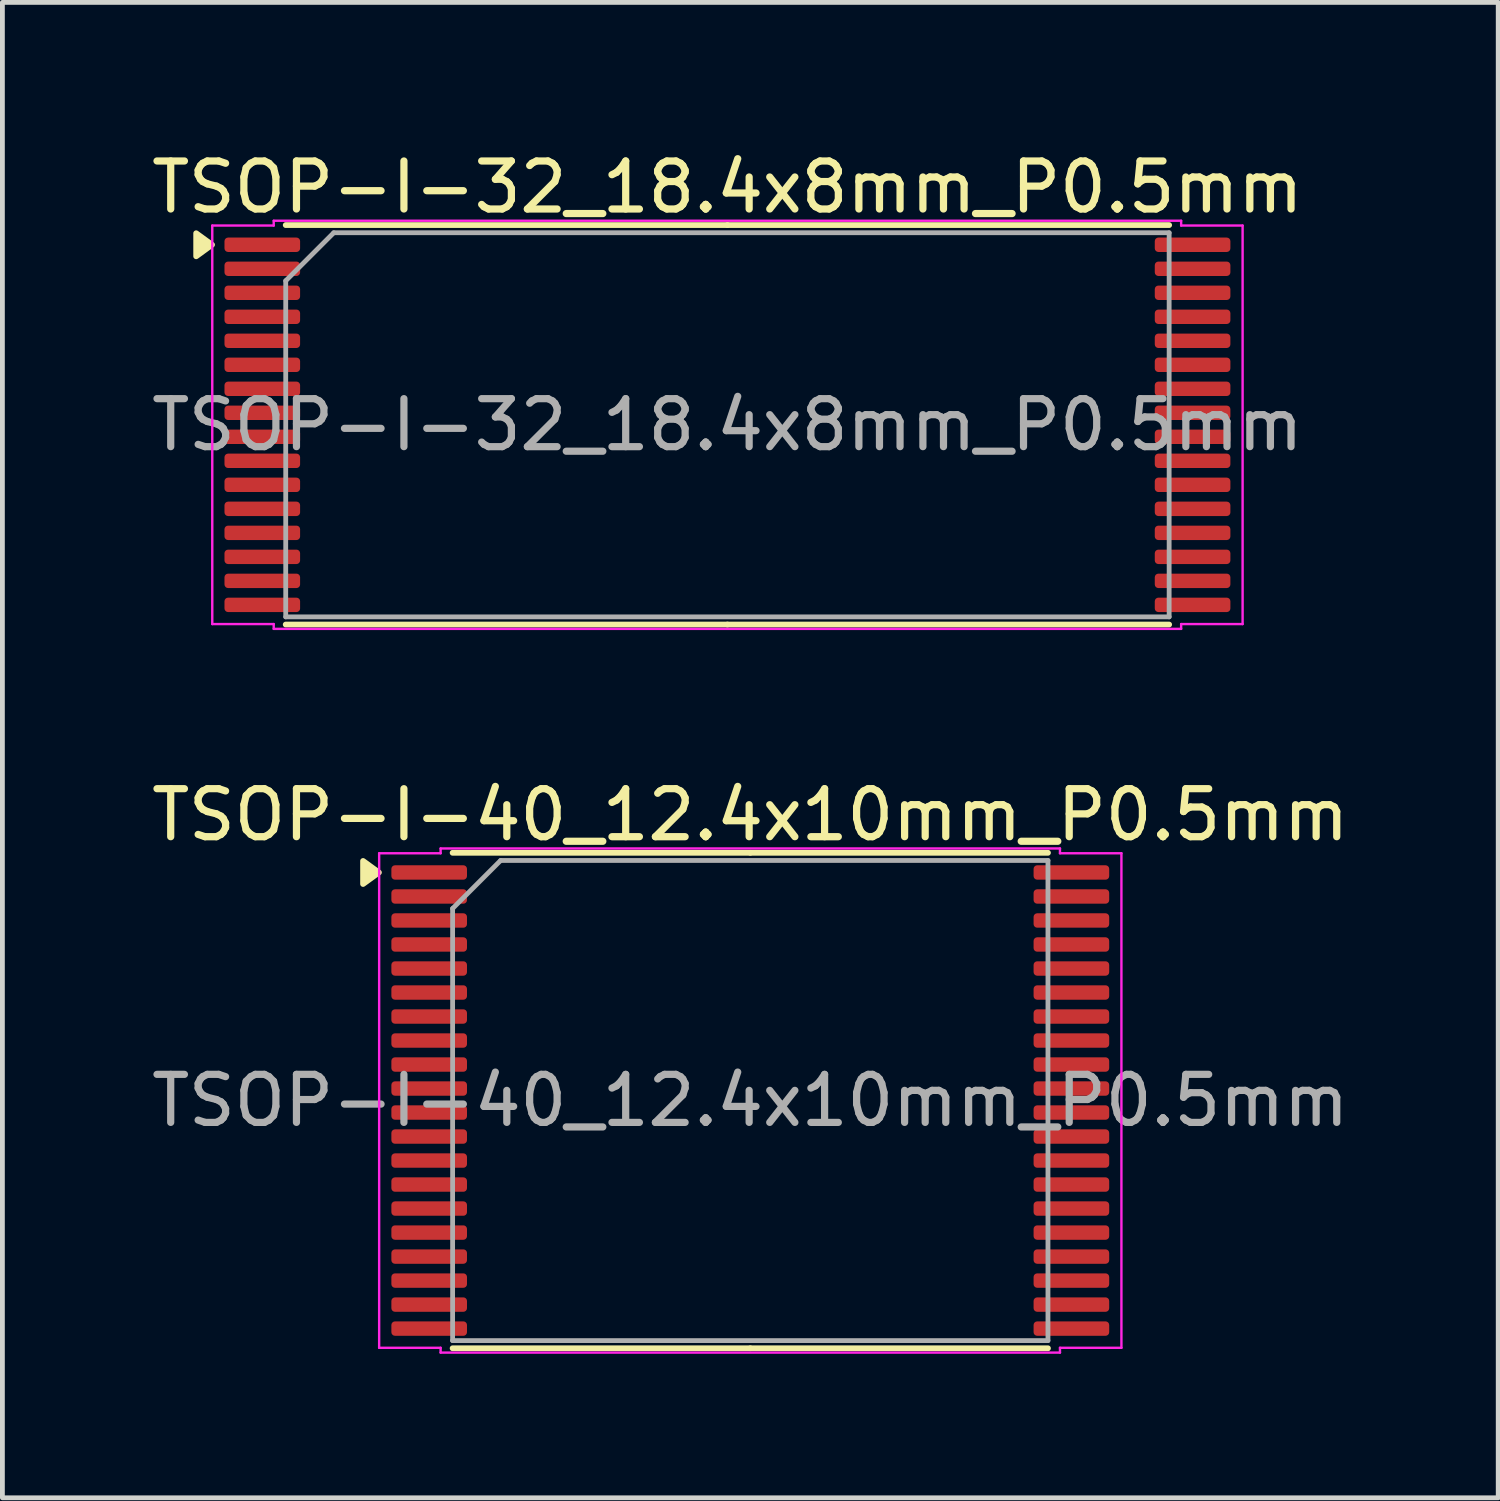
<source format=kicad_pcb>
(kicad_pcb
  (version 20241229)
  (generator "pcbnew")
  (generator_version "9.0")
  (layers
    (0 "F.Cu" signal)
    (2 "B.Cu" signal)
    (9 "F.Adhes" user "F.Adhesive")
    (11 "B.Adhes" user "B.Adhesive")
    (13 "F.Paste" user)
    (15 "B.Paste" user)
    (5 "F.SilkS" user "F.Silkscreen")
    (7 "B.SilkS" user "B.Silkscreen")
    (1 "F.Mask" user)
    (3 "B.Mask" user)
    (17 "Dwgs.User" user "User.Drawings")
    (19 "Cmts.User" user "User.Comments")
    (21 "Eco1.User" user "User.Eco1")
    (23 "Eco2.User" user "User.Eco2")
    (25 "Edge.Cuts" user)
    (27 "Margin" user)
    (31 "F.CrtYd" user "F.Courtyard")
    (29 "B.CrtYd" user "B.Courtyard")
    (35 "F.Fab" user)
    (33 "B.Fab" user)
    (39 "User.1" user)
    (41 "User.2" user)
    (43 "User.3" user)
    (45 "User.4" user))
  (footprint "TSOP-I-40_12.4x10mm_P0.5mm"
    (layer "F.Cu")
    (at 12.577 19.872)
    (property "Reference" "TSOP-I-40_12.4x10mm_P0.5mm" (at 0 -5.95 0) (layer "F.SilkS") (effects (font (size 1 1) (thickness 0.15))))
    (attr smd)
    (fp_line (start 0 -5.16) (end -6.2 -5.16) (stroke (width 0.12) (type solid)) (layer "F.SilkS"))
    (fp_line (start 0 -5.16) (end 6.2 -5.16) (stroke (width 0.12) (type solid)) (layer "F.SilkS"))
    (fp_line (start 0 5.16) (end -6.2 5.16) (stroke (width 0.12) (type solid)) (layer "F.SilkS"))
    (fp_line (start 0 5.16) (end 6.2 5.16) (stroke (width 0.12) (type solid)) (layer "F.SilkS"))
    (fp_poly (pts (xy -7.735 -4.75) (xy -8.065 -4.51) (xy -8.065 -4.99)) (stroke (width 0.12) (type solid)) (fill yes) (layer "F.SilkS"))
    (fp_line (start -7.73 -5.15) (end -6.45 -5.15) (stroke (width 0.05) (type solid)) (layer "F.CrtYd"))
    (fp_line (start -7.73 5.15) (end -7.73 -5.15) (stroke (width 0.05) (type solid)) (layer "F.CrtYd"))
    (fp_line (start -6.45 -5.25) (end 6.45 -5.25) (stroke (width 0.05) (type solid)) (layer "F.CrtYd"))
    (fp_line (start -6.45 -5.15) (end -6.45 -5.25) (stroke (width 0.05) (type solid)) (layer "F.CrtYd"))
    (fp_line (start -6.45 5.15) (end -7.73 5.15) (stroke (width 0.05) (type solid)) (layer "F.CrtYd"))
    (fp_line (start -6.45 5.25) (end -6.45 5.15) (stroke (width 0.05) (type solid)) (layer "F.CrtYd"))
    (fp_line (start 6.45 -5.25) (end 6.45 -5.15) (stroke (width 0.05) (type solid)) (layer "F.CrtYd"))
    (fp_line (start 6.45 -5.15) (end 7.73 -5.15) (stroke (width 0.05) (type solid)) (layer "F.CrtYd"))
    (fp_line (start 6.45 5.15) (end 6.45 5.25) (stroke (width 0.05) (type solid)) (layer "F.CrtYd"))
    (fp_line (start 6.45 5.25) (end -6.45 5.25) (stroke (width 0.05) (type solid)) (layer "F.CrtYd"))
    (fp_line (start 7.73 -5.15) (end 7.73 5.15) (stroke (width 0.05) (type solid)) (layer "F.CrtYd"))
    (fp_line (start 7.73 5.15) (end 6.45 5.15) (stroke (width 0.05) (type solid)) (layer "F.CrtYd"))
    (fp_line (start -6.2 -4) (end -5.2 -5) (stroke (width 0.1) (type solid)) (layer "F.Fab"))
    (fp_line (start -6.2 5) (end -6.2 -4) (stroke (width 0.1) (type solid)) (layer "F.Fab"))
    (fp_line (start -5.2 -5) (end 6.2 -5) (stroke (width 0.1) (type solid)) (layer "F.Fab"))
    (fp_line (start 6.2 -5) (end 6.2 5) (stroke (width 0.1) (type solid)) (layer "F.Fab"))
    (fp_line (start 6.2 5) (end -6.2 5) (stroke (width 0.1) (type solid)) (layer "F.Fab"))
    (fp_text user "${REFERENCE}" (at 0 0 0) (layer "F.Fab") (effects (font (size 1 1) (thickness 0.15))))
    (pad "1" smd roundrect (at -6.688 -4.75) (size 1.575 0.3) (layers "F.Cu" "F.Mask" "F.Paste") (roundrect_rratio 0.25))
    (pad "2" smd roundrect (at -6.688 -4.25) (size 1.575 0.3) (layers "F.Cu" "F.Mask" "F.Paste") (roundrect_rratio 0.25))
    (pad "3" smd roundrect (at -6.688 -3.75) (size 1.575 0.3) (layers "F.Cu" "F.Mask" "F.Paste") (roundrect_rratio 0.25))
    (pad "4" smd roundrect (at -6.688 -3.25) (size 1.575 0.3) (layers "F.Cu" "F.Mask" "F.Paste") (roundrect_rratio 0.25))
    (pad "5" smd roundrect (at -6.688 -2.75) (size 1.575 0.3) (layers "F.Cu" "F.Mask" "F.Paste") (roundrect_rratio 0.25))
    (pad "6" smd roundrect (at -6.688 -2.25) (size 1.575 0.3) (layers "F.Cu" "F.Mask" "F.Paste") (roundrect_rratio 0.25))
    (pad "7" smd roundrect (at -6.688 -1.75) (size 1.575 0.3) (layers "F.Cu" "F.Mask" "F.Paste") (roundrect_rratio 0.25))
    (pad "8" smd roundrect (at -6.688 -1.25) (size 1.575 0.3) (layers "F.Cu" "F.Mask" "F.Paste") (roundrect_rratio 0.25))
    (pad "9" smd roundrect (at -6.688 -0.75) (size 1.575 0.3) (layers "F.Cu" "F.Mask" "F.Paste") (roundrect_rratio 0.25))
    (pad "10" smd roundrect (at -6.688 -0.25) (size 1.575 0.3) (layers "F.Cu" "F.Mask" "F.Paste") (roundrect_rratio 0.25))
    (pad "11" smd roundrect (at -6.688 0.25) (size 1.575 0.3) (layers "F.Cu" "F.Mask" "F.Paste") (roundrect_rratio 0.25))
    (pad "12" smd roundrect (at -6.688 0.75) (size 1.575 0.3) (layers "F.Cu" "F.Mask" "F.Paste") (roundrect_rratio 0.25))
    (pad "13" smd roundrect (at -6.688 1.25) (size 1.575 0.3) (layers "F.Cu" "F.Mask" "F.Paste") (roundrect_rratio 0.25))
    (pad "14" smd roundrect (at -6.688 1.75) (size 1.575 0.3) (layers "F.Cu" "F.Mask" "F.Paste") (roundrect_rratio 0.25))
    (pad "15" smd roundrect (at -6.688 2.25) (size 1.575 0.3) (layers "F.Cu" "F.Mask" "F.Paste") (roundrect_rratio 0.25))
    (pad "16" smd roundrect (at -6.688 2.75) (size 1.575 0.3) (layers "F.Cu" "F.Mask" "F.Paste") (roundrect_rratio 0.25))
    (pad "17" smd roundrect (at -6.688 3.25) (size 1.575 0.3) (layers "F.Cu" "F.Mask" "F.Paste") (roundrect_rratio 0.25))
    (pad "18" smd roundrect (at -6.688 3.75) (size 1.575 0.3) (layers "F.Cu" "F.Mask" "F.Paste") (roundrect_rratio 0.25))
    (pad "19" smd roundrect (at -6.688 4.25) (size 1.575 0.3) (layers "F.Cu" "F.Mask" "F.Paste") (roundrect_rratio 0.25))
    (pad "20" smd roundrect (at -6.688 4.75) (size 1.575 0.3) (layers "F.Cu" "F.Mask" "F.Paste") (roundrect_rratio 0.25))
    (pad "21" smd roundrect (at 6.688 4.75) (size 1.575 0.3) (layers "F.Cu" "F.Mask" "F.Paste") (roundrect_rratio 0.25))
    (pad "22" smd roundrect (at 6.688 4.25) (size 1.575 0.3) (layers "F.Cu" "F.Mask" "F.Paste") (roundrect_rratio 0.25))
    (pad "23" smd roundrect (at 6.688 3.75) (size 1.575 0.3) (layers "F.Cu" "F.Mask" "F.Paste") (roundrect_rratio 0.25))
    (pad "24" smd roundrect (at 6.688 3.25) (size 1.575 0.3) (layers "F.Cu" "F.Mask" "F.Paste") (roundrect_rratio 0.25))
    (pad "25" smd roundrect (at 6.688 2.75) (size 1.575 0.3) (layers "F.Cu" "F.Mask" "F.Paste") (roundrect_rratio 0.25))
    (pad "26" smd roundrect (at 6.688 2.25) (size 1.575 0.3) (layers "F.Cu" "F.Mask" "F.Paste") (roundrect_rratio 0.25))
    (pad "27" smd roundrect (at 6.688 1.75) (size 1.575 0.3) (layers "F.Cu" "F.Mask" "F.Paste") (roundrect_rratio 0.25))
    (pad "28" smd roundrect (at 6.688 1.25) (size 1.575 0.3) (layers "F.Cu" "F.Mask" "F.Paste") (roundrect_rratio 0.25))
    (pad "29" smd roundrect (at 6.688 0.75) (size 1.575 0.3) (layers "F.Cu" "F.Mask" "F.Paste") (roundrect_rratio 0.25))
    (pad "30" smd roundrect (at 6.688 0.25) (size 1.575 0.3) (layers "F.Cu" "F.Mask" "F.Paste") (roundrect_rratio 0.25))
    (pad "31" smd roundrect (at 6.688 -0.25) (size 1.575 0.3) (layers "F.Cu" "F.Mask" "F.Paste") (roundrect_rratio 0.25))
    (pad "32" smd roundrect (at 6.688 -0.75) (size 1.575 0.3) (layers "F.Cu" "F.Mask" "F.Paste") (roundrect_rratio 0.25))
    (pad "33" smd roundrect (at 6.688 -1.25) (size 1.575 0.3) (layers "F.Cu" "F.Mask" "F.Paste") (roundrect_rratio 0.25))
    (pad "34" smd roundrect (at 6.688 -1.75) (size 1.575 0.3) (layers "F.Cu" "F.Mask" "F.Paste") (roundrect_rratio 0.25))
    (pad "35" smd roundrect (at 6.688 -2.25) (size 1.575 0.3) (layers "F.Cu" "F.Mask" "F.Paste") (roundrect_rratio 0.25))
    (pad "36" smd roundrect (at 6.688 -2.75) (size 1.575 0.3) (layers "F.Cu" "F.Mask" "F.Paste") (roundrect_rratio 0.25))
    (pad "37" smd roundrect (at 6.688 -3.25) (size 1.575 0.3) (layers "F.Cu" "F.Mask" "F.Paste") (roundrect_rratio 0.25))
    (pad "38" smd roundrect (at 6.688 -3.75) (size 1.575 0.3) (layers "F.Cu" "F.Mask" "F.Paste") (roundrect_rratio 0.25))
    (pad "39" smd roundrect (at 6.688 -4.25) (size 1.575 0.3) (layers "F.Cu" "F.Mask" "F.Paste") (roundrect_rratio 0.25))
    (pad "40" smd roundrect (at 6.688 -4.75) (size 1.575 0.3) (layers "F.Cu" "F.Mask" "F.Paste") (roundrect_rratio 0.25)))
  (footprint "TSOP-I-32_18.4x8mm_P0.5mm"
    (layer "F.Cu")
    (at 12.101 5.798)
    (property "Reference" "TSOP-I-32_18.4x8mm_P0.5mm" (at 0 -4.95 0) (layer "F.SilkS") (effects (font (size 1 1) (thickness 0.15))))
    (attr smd)
    (fp_line (start 0 -4.16) (end -9.2 -4.16) (stroke (width 0.12) (type solid)) (layer "F.SilkS"))
    (fp_line (start 0 -4.16) (end 9.2 -4.16) (stroke (width 0.12) (type solid)) (layer "F.SilkS"))
    (fp_line (start 0 4.16) (end -9.2 4.16) (stroke (width 0.12) (type solid)) (layer "F.SilkS"))
    (fp_line (start 0 4.16) (end 9.2 4.16) (stroke (width 0.12) (type solid)) (layer "F.SilkS"))
    (fp_poly (pts (xy -10.735 -3.75) (xy -11.065 -3.51) (xy -11.065 -3.99)) (stroke (width 0.12) (type solid)) (fill yes) (layer "F.SilkS"))
    (fp_line (start -10.73 -4.15) (end -9.45 -4.15) (stroke (width 0.05) (type solid)) (layer "F.CrtYd"))
    (fp_line (start -10.73 4.15) (end -10.73 -4.15) (stroke (width 0.05) (type solid)) (layer "F.CrtYd"))
    (fp_line (start -9.45 -4.25) (end 9.45 -4.25) (stroke (width 0.05) (type solid)) (layer "F.CrtYd"))
    (fp_line (start -9.45 -4.15) (end -9.45 -4.25) (stroke (width 0.05) (type solid)) (layer "F.CrtYd"))
    (fp_line (start -9.45 4.15) (end -10.73 4.15) (stroke (width 0.05) (type solid)) (layer "F.CrtYd"))
    (fp_line (start -9.45 4.25) (end -9.45 4.15) (stroke (width 0.05) (type solid)) (layer "F.CrtYd"))
    (fp_line (start 9.45 -4.25) (end 9.45 -4.15) (stroke (width 0.05) (type solid)) (layer "F.CrtYd"))
    (fp_line (start 9.45 -4.15) (end 10.73 -4.15) (stroke (width 0.05) (type solid)) (layer "F.CrtYd"))
    (fp_line (start 9.45 4.15) (end 9.45 4.25) (stroke (width 0.05) (type solid)) (layer "F.CrtYd"))
    (fp_line (start 9.45 4.25) (end -9.45 4.25) (stroke (width 0.05) (type solid)) (layer "F.CrtYd"))
    (fp_line (start 10.73 -4.15) (end 10.73 4.15) (stroke (width 0.05) (type solid)) (layer "F.CrtYd"))
    (fp_line (start 10.73 4.15) (end 9.45 4.15) (stroke (width 0.05) (type solid)) (layer "F.CrtYd"))
    (fp_line (start -9.2 -3) (end -8.2 -4) (stroke (width 0.1) (type solid)) (layer "F.Fab"))
    (fp_line (start -9.2 4) (end -9.2 -3) (stroke (width 0.1) (type solid)) (layer "F.Fab"))
    (fp_line (start -8.2 -4) (end 9.2 -4) (stroke (width 0.1) (type solid)) (layer "F.Fab"))
    (fp_line (start 9.2 -4) (end 9.2 4) (stroke (width 0.1) (type solid)) (layer "F.Fab"))
    (fp_line (start 9.2 4) (end -9.2 4) (stroke (width 0.1) (type solid)) (layer "F.Fab"))
    (fp_text user "${REFERENCE}" (at 0 0 0) (layer "F.Fab") (effects (font (size 1 1) (thickness 0.15))))
    (pad "1" smd roundrect (at -9.688 -3.75) (size 1.575 0.3) (layers "F.Cu" "F.Mask" "F.Paste") (roundrect_rratio 0.25))
    (pad "2" smd roundrect (at -9.688 -3.25) (size 1.575 0.3) (layers "F.Cu" "F.Mask" "F.Paste") (roundrect_rratio 0.25))
    (pad "3" smd roundrect (at -9.688 -2.75) (size 1.575 0.3) (layers "F.Cu" "F.Mask" "F.Paste") (roundrect_rratio 0.25))
    (pad "4" smd roundrect (at -9.688 -2.25) (size 1.575 0.3) (layers "F.Cu" "F.Mask" "F.Paste") (roundrect_rratio 0.25))
    (pad "5" smd roundrect (at -9.688 -1.75) (size 1.575 0.3) (layers "F.Cu" "F.Mask" "F.Paste") (roundrect_rratio 0.25))
    (pad "6" smd roundrect (at -9.688 -1.25) (size 1.575 0.3) (layers "F.Cu" "F.Mask" "F.Paste") (roundrect_rratio 0.25))
    (pad "7" smd roundrect (at -9.688 -0.75) (size 1.575 0.3) (layers "F.Cu" "F.Mask" "F.Paste") (roundrect_rratio 0.25))
    (pad "8" smd roundrect (at -9.688 -0.25) (size 1.575 0.3) (layers "F.Cu" "F.Mask" "F.Paste") (roundrect_rratio 0.25))
    (pad "9" smd roundrect (at -9.688 0.25) (size 1.575 0.3) (layers "F.Cu" "F.Mask" "F.Paste") (roundrect_rratio 0.25))
    (pad "10" smd roundrect (at -9.688 0.75) (size 1.575 0.3) (layers "F.Cu" "F.Mask" "F.Paste") (roundrect_rratio 0.25))
    (pad "11" smd roundrect (at -9.688 1.25) (size 1.575 0.3) (layers "F.Cu" "F.Mask" "F.Paste") (roundrect_rratio 0.25))
    (pad "12" smd roundrect (at -9.688 1.75) (size 1.575 0.3) (layers "F.Cu" "F.Mask" "F.Paste") (roundrect_rratio 0.25))
    (pad "13" smd roundrect (at -9.688 2.25) (size 1.575 0.3) (layers "F.Cu" "F.Mask" "F.Paste") (roundrect_rratio 0.25))
    (pad "14" smd roundrect (at -9.688 2.75) (size 1.575 0.3) (layers "F.Cu" "F.Mask" "F.Paste") (roundrect_rratio 0.25))
    (pad "15" smd roundrect (at -9.688 3.25) (size 1.575 0.3) (layers "F.Cu" "F.Mask" "F.Paste") (roundrect_rratio 0.25))
    (pad "16" smd roundrect (at -9.688 3.75) (size 1.575 0.3) (layers "F.Cu" "F.Mask" "F.Paste") (roundrect_rratio 0.25))
    (pad "17" smd roundrect (at 9.688 3.75) (size 1.575 0.3) (layers "F.Cu" "F.Mask" "F.Paste") (roundrect_rratio 0.25))
    (pad "18" smd roundrect (at 9.688 3.25) (size 1.575 0.3) (layers "F.Cu" "F.Mask" "F.Paste") (roundrect_rratio 0.25))
    (pad "19" smd roundrect (at 9.688 2.75) (size 1.575 0.3) (layers "F.Cu" "F.Mask" "F.Paste") (roundrect_rratio 0.25))
    (pad "20" smd roundrect (at 9.688 2.25) (size 1.575 0.3) (layers "F.Cu" "F.Mask" "F.Paste") (roundrect_rratio 0.25))
    (pad "21" smd roundrect (at 9.688 1.75) (size 1.575 0.3) (layers "F.Cu" "F.Mask" "F.Paste") (roundrect_rratio 0.25))
    (pad "22" smd roundrect (at 9.688 1.25) (size 1.575 0.3) (layers "F.Cu" "F.Mask" "F.Paste") (roundrect_rratio 0.25))
    (pad "23" smd roundrect (at 9.688 0.75) (size 1.575 0.3) (layers "F.Cu" "F.Mask" "F.Paste") (roundrect_rratio 0.25))
    (pad "24" smd roundrect (at 9.688 0.25) (size 1.575 0.3) (layers "F.Cu" "F.Mask" "F.Paste") (roundrect_rratio 0.25))
    (pad "25" smd roundrect (at 9.688 -0.25) (size 1.575 0.3) (layers "F.Cu" "F.Mask" "F.Paste") (roundrect_rratio 0.25))
    (pad "26" smd roundrect (at 9.688 -0.75) (size 1.575 0.3) (layers "F.Cu" "F.Mask" "F.Paste") (roundrect_rratio 0.25))
    (pad "27" smd roundrect (at 9.688 -1.25) (size 1.575 0.3) (layers "F.Cu" "F.Mask" "F.Paste") (roundrect_rratio 0.25))
    (pad "28" smd roundrect (at 9.688 -1.75) (size 1.575 0.3) (layers "F.Cu" "F.Mask" "F.Paste") (roundrect_rratio 0.25))
    (pad "29" smd roundrect (at 9.688 -2.25) (size 1.575 0.3) (layers "F.Cu" "F.Mask" "F.Paste") (roundrect_rratio 0.25))
    (pad "30" smd roundrect (at 9.688 -2.75) (size 1.575 0.3) (layers "F.Cu" "F.Mask" "F.Paste") (roundrect_rratio 0.25))
    (pad "31" smd roundrect (at 9.688 -3.25) (size 1.575 0.3) (layers "F.Cu" "F.Mask" "F.Paste") (roundrect_rratio 0.25))
    (pad "32" smd roundrect (at 9.688 -3.75) (size 1.575 0.3) (layers "F.Cu" "F.Mask" "F.Paste") (roundrect_rratio 0.25)))
  (gr_rect
    (start -3 -3)
    (end 28.155 28.146)
    (stroke (width 0.1) (type default))
    (fill no)
    (layer "Edge.Cuts")))
</source>
